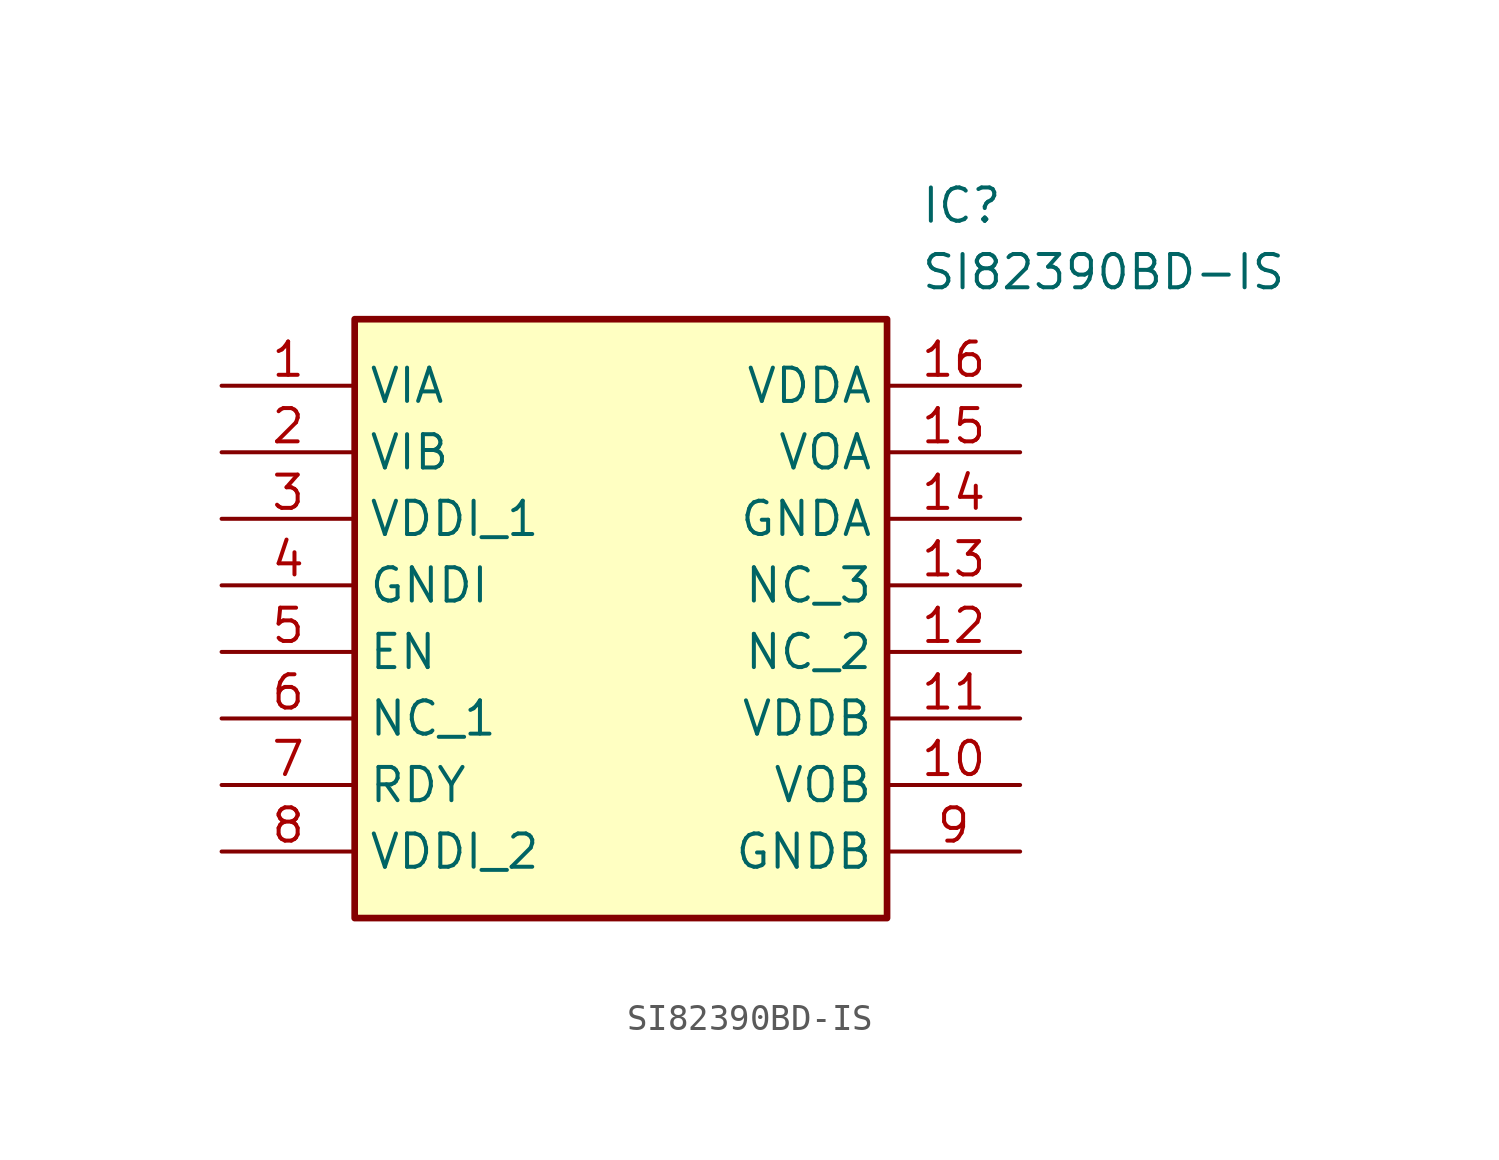
<source format=kicad_sym>
(kicad_symbol_lib
  (version 20211014)
  (generator SamacSys_ECAD_Model)
  (symbol "SI82390BD-IS"
    (property "Reference" "IC"
      (at 26.67 7.62 0)
      (effects (font (size 1.27 1.27)) (justify left top)))
    (property "Value" "SI82390BD-IS"
      (at 26.67 5.08 0)
      (effects (font (size 1.27 1.27)) (justify left top)))
    (rectangle
      (start 5.08 2.54)
      (end 25.4 -20.32)
      (stroke (width 0.254) (type default))
      (fill (type background)))
    (pin passive line
      (at 0 0 0)
      (length 5.08)
      (name "VIA" (effects (font (size 1.27 1.27))))
      (number "1" (effects (font (size 1.27 1.27)))))
    (pin passive line
      (at 0 -2.54 0)
      (length 5.08)
      (name "VIB" (effects (font (size 1.27 1.27))))
      (number "2" (effects (font (size 1.27 1.27)))))
    (pin passive line
      (at 0 -5.08 0)
      (length 5.08)
      (name "VDDI_1" (effects (font (size 1.27 1.27))))
      (number "3" (effects (font (size 1.27 1.27)))))
    (pin passive line
      (at 0 -7.62 0)
      (length 5.08)
      (name "GNDI" (effects (font (size 1.27 1.27))))
      (number "4" (effects (font (size 1.27 1.27)))))
    (pin passive line
      (at 0 -10.16 0)
      (length 5.08)
      (name "EN" (effects (font (size 1.27 1.27))))
      (number "5" (effects (font (size 1.27 1.27)))))
    (pin passive line
      (at 0 -12.7 0)
      (length 5.08)
      (name "NC_1" (effects (font (size 1.27 1.27))))
      (number "6" (effects (font (size 1.27 1.27)))))
    (pin passive line
      (at 0 -15.24 0)
      (length 5.08)
      (name "RDY" (effects (font (size 1.27 1.27))))
      (number "7" (effects (font (size 1.27 1.27)))))
    (pin passive line
      (at 0 -17.78 0)
      (length 5.08)
      (name "VDDI_2" (effects (font (size 1.27 1.27))))
      (number "8" (effects (font (size 1.27 1.27)))))
    (pin passive line
      (at 30.48 0 180)
      (length 5.08)
      (name "VDDA" (effects (font (size 1.27 1.27))))
      (number "16" (effects (font (size 1.27 1.27)))))
    (pin passive line
      (at 30.48 -2.54 180)
      (length 5.08)
      (name "VOA" (effects (font (size 1.27 1.27))))
      (number "15" (effects (font (size 1.27 1.27)))))
    (pin passive line
      (at 30.48 -5.08 180)
      (length 5.08)
      (name "GNDA" (effects (font (size 1.27 1.27))))
      (number "14" (effects (font (size 1.27 1.27)))))
    (pin passive line
      (at 30.48 -7.62 180)
      (length 5.08)
      (name "NC_3" (effects (font (size 1.27 1.27))))
      (number "13" (effects (font (size 1.27 1.27)))))
    (pin passive line
      (at 30.48 -10.16 180)
      (length 5.08)
      (name "NC_2" (effects (font (size 1.27 1.27))))
      (number "12" (effects (font (size 1.27 1.27)))))
    (pin passive line
      (at 30.48 -12.7 180)
      (length 5.08)
      (name "VDDB" (effects (font (size 1.27 1.27))))
      (number "11" (effects (font (size 1.27 1.27)))))
    (pin passive line
      (at 30.48 -15.24 180)
      (length 5.08)
      (name "VOB" (effects (font (size 1.27 1.27))))
      (number "10" (effects (font (size 1.27 1.27)))))
    (pin passive line
      (at 30.48 -17.78 180)
      (length 5.08)
      (name "GNDB" (effects (font (size 1.27 1.27))))
      (number "9" (effects (font (size 1.27 1.27)))))))
</source>
